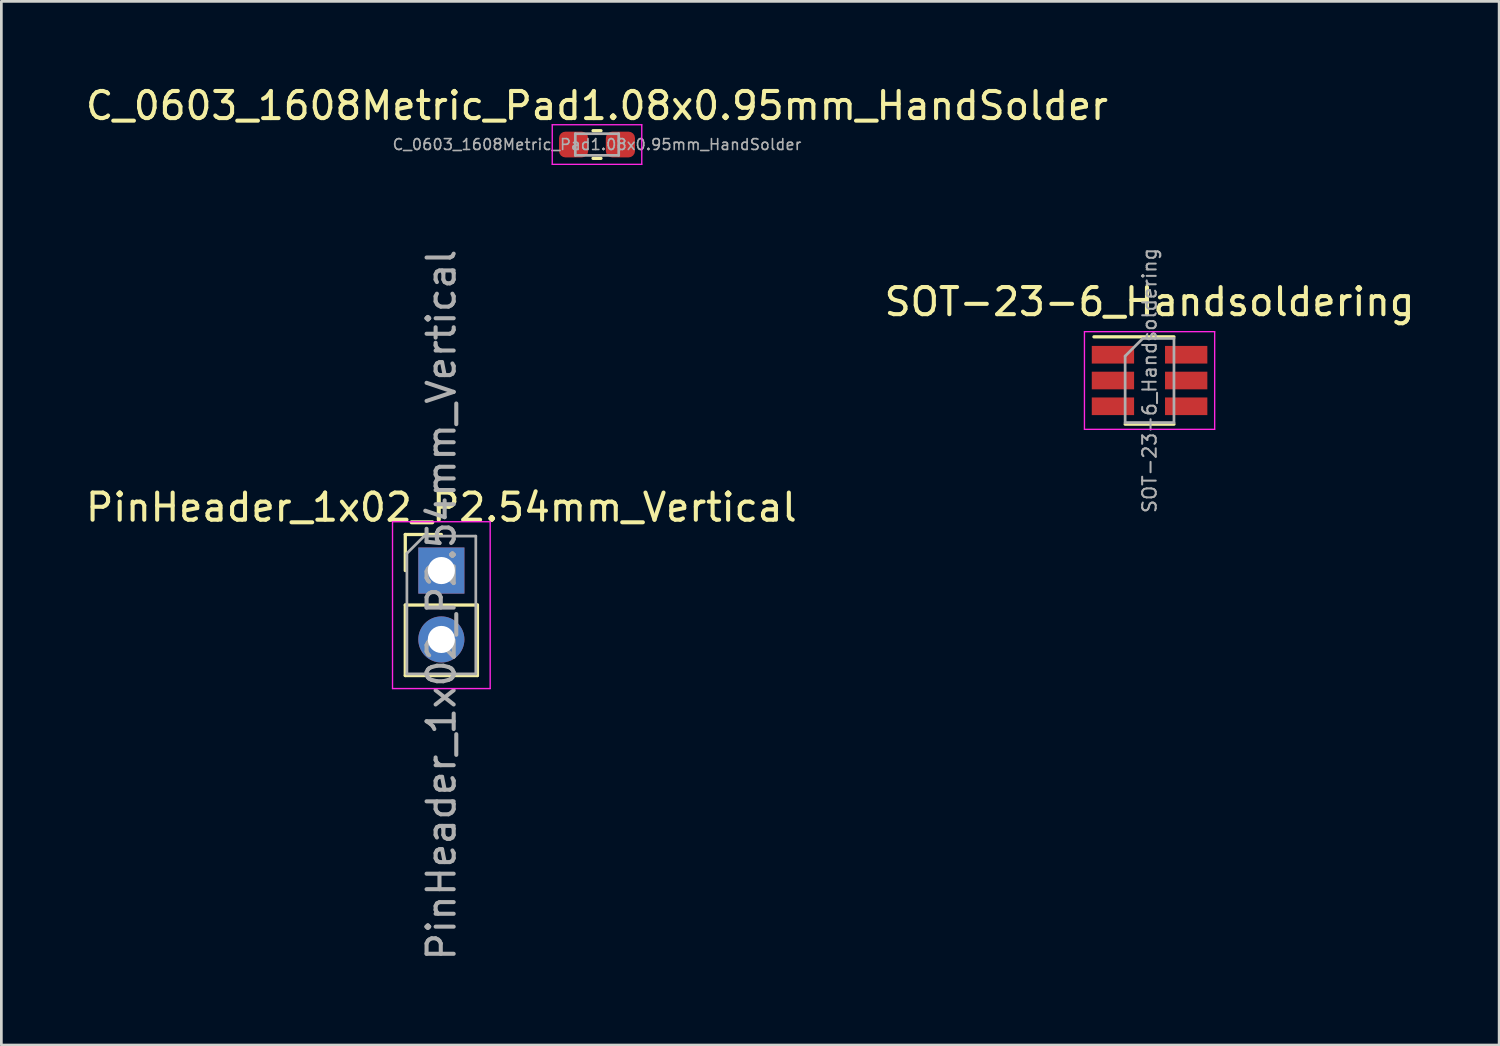
<source format=kicad_pcb>
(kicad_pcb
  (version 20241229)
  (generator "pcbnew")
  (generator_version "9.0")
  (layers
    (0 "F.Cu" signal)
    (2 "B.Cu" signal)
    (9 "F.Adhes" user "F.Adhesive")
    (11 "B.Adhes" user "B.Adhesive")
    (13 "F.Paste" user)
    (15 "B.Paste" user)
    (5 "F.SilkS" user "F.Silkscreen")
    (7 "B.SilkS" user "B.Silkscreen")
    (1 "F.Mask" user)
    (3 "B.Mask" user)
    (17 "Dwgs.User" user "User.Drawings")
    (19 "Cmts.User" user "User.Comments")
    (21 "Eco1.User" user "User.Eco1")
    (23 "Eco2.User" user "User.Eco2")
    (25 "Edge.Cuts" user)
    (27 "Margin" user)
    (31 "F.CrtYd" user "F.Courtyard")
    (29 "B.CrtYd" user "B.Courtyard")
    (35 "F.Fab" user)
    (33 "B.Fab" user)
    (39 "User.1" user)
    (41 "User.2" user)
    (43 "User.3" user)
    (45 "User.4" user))
  (footprint "PinHeader_1x02_P2.54mm_Vertical"
    (layer "F.Cu")
    (at 13.22 17.983)
    (property "Reference" "PinHeader_1x02_P2.54mm_Vertical" (at 0 -2.33 0) (layer "F.SilkS") (effects (font (size 1 1) (thickness 0.15))))
    (attr through_hole)
    (fp_line (start -1.33 -1.33) (end 0 -1.33) (stroke (width 0.12) (type solid)) (layer "F.SilkS"))
    (fp_line (start -1.33 0) (end -1.33 -1.33) (stroke (width 0.12) (type solid)) (layer "F.SilkS"))
    (fp_line (start -1.33 1.27) (end -1.33 3.87) (stroke (width 0.12) (type solid)) (layer "F.SilkS"))
    (fp_line (start -1.33 1.27) (end 1.33 1.27) (stroke (width 0.12) (type solid)) (layer "F.SilkS"))
    (fp_line (start -1.33 3.87) (end 1.33 3.87) (stroke (width 0.12) (type solid)) (layer "F.SilkS"))
    (fp_line (start 1.33 1.27) (end 1.33 3.87) (stroke (width 0.12) (type solid)) (layer "F.SilkS"))
    (fp_line (start -1.8 -1.8) (end -1.8 4.35) (stroke (width 0.05) (type solid)) (layer "F.CrtYd"))
    (fp_line (start -1.8 4.35) (end 1.8 4.35) (stroke (width 0.05) (type solid)) (layer "F.CrtYd"))
    (fp_line (start 1.8 -1.8) (end -1.8 -1.8) (stroke (width 0.05) (type solid)) (layer "F.CrtYd"))
    (fp_line (start 1.8 4.35) (end 1.8 -1.8) (stroke (width 0.05) (type solid)) (layer "F.CrtYd"))
    (fp_line (start -1.27 -0.635) (end -0.635 -1.27) (stroke (width 0.1) (type solid)) (layer "F.Fab"))
    (fp_line (start -1.27 3.81) (end -1.27 -0.635) (stroke (width 0.1) (type solid)) (layer "F.Fab"))
    (fp_line (start -0.635 -1.27) (end 1.27 -1.27) (stroke (width 0.1) (type solid)) (layer "F.Fab"))
    (fp_line (start 1.27 -1.27) (end 1.27 3.81) (stroke (width 0.1) (type solid)) (layer "F.Fab"))
    (fp_line (start 1.27 3.81) (end -1.27 3.81) (stroke (width 0.1) (type solid)) (layer "F.Fab"))
    (fp_text user "${REFERENCE}" (at 0 1.27 90) (layer "F.Fab") (effects (font (size 1 1) (thickness 0.15))))
    (pad "1" thru_hole rect (at 0 0) (size 1.7 1.7) (drill 1) (layers "*.Cu" "*.Mask"))
    (pad "2" thru_hole oval (at 0 2.54) (size 1.7 1.7) (drill 1) (layers "*.Cu" "*.Mask")))
  (footprint "SOT-23-6_Handsoldering"
    (layer "F.Cu")
    (at 39.327 10.977)
    (property "Reference" "SOT-23-6_Handsoldering" (at 0 -2.9 0) (layer "F.SilkS") (effects (font (size 1 1) (thickness 0.15))))
    (attr smd)
    (fp_line (start -0.9 1.61) (end 0.9 1.61) (stroke (width 0.12) (type solid)) (layer "F.SilkS"))
    (fp_line (start 0.9 -1.61) (end -2.05 -1.61) (stroke (width 0.12) (type solid)) (layer "F.SilkS"))
    (fp_line (start -2.4 -1.8) (end 2.4 -1.8) (stroke (width 0.05) (type solid)) (layer "F.CrtYd"))
    (fp_line (start -2.4 1.8) (end -2.4 -1.8) (stroke (width 0.05) (type solid)) (layer "F.CrtYd"))
    (fp_line (start 2.4 -1.8) (end 2.4 1.8) (stroke (width 0.05) (type solid)) (layer "F.CrtYd"))
    (fp_line (start 2.4 1.8) (end -2.4 1.8) (stroke (width 0.05) (type solid)) (layer "F.CrtYd"))
    (fp_line (start -0.9 -0.9) (end -0.9 1.55) (stroke (width 0.1) (type solid)) (layer "F.Fab"))
    (fp_line (start -0.9 -0.9) (end -0.25 -1.55) (stroke (width 0.1) (type solid)) (layer "F.Fab"))
    (fp_line (start 0.9 -1.55) (end -0.25 -1.55) (stroke (width 0.1) (type solid)) (layer "F.Fab"))
    (fp_line (start 0.9 -1.55) (end 0.9 1.55) (stroke (width 0.1) (type solid)) (layer "F.Fab"))
    (fp_line (start 0.9 1.55) (end -0.9 1.55) (stroke (width 0.1) (type solid)) (layer "F.Fab"))
    (fp_text user "${REFERENCE}" (at 0 0 90) (layer "F.Fab") (effects (font (size 0.5 0.5) (thickness 0.075))))
    (pad "1" smd rect (at -1.35 -0.95) (size 1.56 0.65) (layers "F.Cu" "F.Mask" "F.Paste"))
    (pad "2" smd rect (at -1.35 0) (size 1.56 0.65) (layers "F.Cu" "F.Mask" "F.Paste"))
    (pad "3" smd rect (at -1.35 0.95) (size 1.56 0.65) (layers "F.Cu" "F.Mask" "F.Paste"))
    (pad "4" smd rect (at 1.35 0.95) (size 1.56 0.65) (layers "F.Cu" "F.Mask" "F.Paste"))
    (pad "5" smd rect (at 1.35 0) (size 1.56 0.65) (layers "F.Cu" "F.Mask" "F.Paste"))
    (pad "6" smd rect (at 1.35 -0.95) (size 1.56 0.65) (layers "F.Cu" "F.Mask" "F.Paste")))
  (footprint "C_0603_1608Metric_Pad1.08x0.95mm_HandSolder"
    (layer "F.Cu")
    (at 18.958 2.278)
    (property "Reference" "C_0603_1608Metric_Pad1.08x0.95mm_HandSolder" (at 0 -1.43 0) (layer "F.SilkS") (effects (font (size 1 1) (thickness 0.15))))
    (attr smd)
    (fp_line (start -0.146 -0.51) (end 0.146 -0.51) (stroke (width 0.12) (type solid)) (layer "F.SilkS"))
    (fp_line (start -0.146 0.51) (end 0.146 0.51) (stroke (width 0.12) (type solid)) (layer "F.SilkS"))
    (fp_line (start -1.65 -0.73) (end 1.65 -0.73) (stroke (width 0.05) (type solid)) (layer "F.CrtYd"))
    (fp_line (start -1.65 0.73) (end -1.65 -0.73) (stroke (width 0.05) (type solid)) (layer "F.CrtYd"))
    (fp_line (start 1.65 -0.73) (end 1.65 0.73) (stroke (width 0.05) (type solid)) (layer "F.CrtYd"))
    (fp_line (start 1.65 0.73) (end -1.65 0.73) (stroke (width 0.05) (type solid)) (layer "F.CrtYd"))
    (fp_line (start -0.8 -0.4) (end 0.8 -0.4) (stroke (width 0.1) (type solid)) (layer "F.Fab"))
    (fp_line (start -0.8 0.4) (end -0.8 -0.4) (stroke (width 0.1) (type solid)) (layer "F.Fab"))
    (fp_line (start 0.8 -0.4) (end 0.8 0.4) (stroke (width 0.1) (type solid)) (layer "F.Fab"))
    (fp_line (start 0.8 0.4) (end -0.8 0.4) (stroke (width 0.1) (type solid)) (layer "F.Fab"))
    (fp_text user "${REFERENCE}" (at 0 0 0) (layer "F.Fab") (effects (font (size 0.4 0.4) (thickness 0.06))))
    (pad "1" smd roundrect (at -0.863 0) (size 1.075 0.95) (layers "F.Cu" "F.Mask" "F.Paste") (roundrect_rratio 0.25))
    (pad "2" smd roundrect (at 0.863 0) (size 1.075 0.95) (layers "F.Cu" "F.Mask" "F.Paste") (roundrect_rratio 0.25)))
  (gr_rect
    (start -3 -3)
    (end 52.214 35.474)
    (stroke (width 0.1) (type default))
    (fill no)
    (layer "Edge.Cuts")))
</source>
